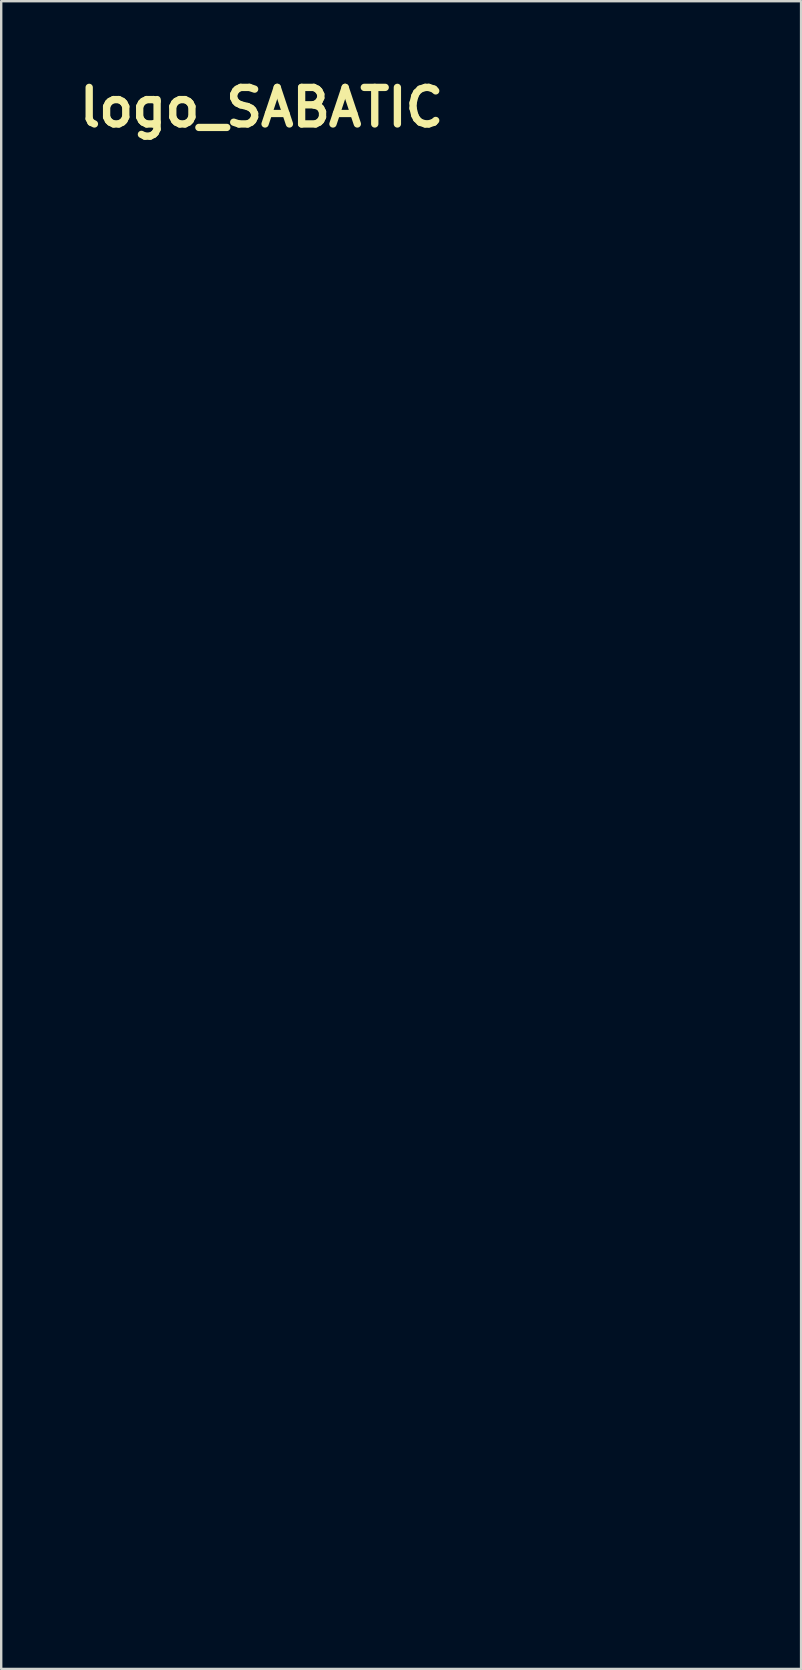
<source format=kicad_pcb>
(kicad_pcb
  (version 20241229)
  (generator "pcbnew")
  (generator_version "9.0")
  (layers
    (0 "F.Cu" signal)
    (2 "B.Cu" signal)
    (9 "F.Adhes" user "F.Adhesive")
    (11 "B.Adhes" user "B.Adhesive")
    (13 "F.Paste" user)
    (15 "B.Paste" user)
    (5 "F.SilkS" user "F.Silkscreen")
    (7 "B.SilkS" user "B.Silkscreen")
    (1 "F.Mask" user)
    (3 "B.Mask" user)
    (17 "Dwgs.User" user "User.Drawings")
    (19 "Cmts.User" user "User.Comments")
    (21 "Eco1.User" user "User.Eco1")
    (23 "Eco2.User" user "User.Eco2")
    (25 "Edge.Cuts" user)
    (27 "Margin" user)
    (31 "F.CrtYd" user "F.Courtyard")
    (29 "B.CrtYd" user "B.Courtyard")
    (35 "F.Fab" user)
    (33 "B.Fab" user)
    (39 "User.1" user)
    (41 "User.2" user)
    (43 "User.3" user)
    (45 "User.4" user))
  (footprint "logo_SABATIC"
    (layer "F.Cu")
    (at 7.852 33.992)
    (property "Reference" "logo_SABATIC" (at 0 -32.565 0) (layer "F.SilkS") (effects (font (size 1.524 1.524) (thickness 0.305))))
    (attr smd)
    (fp_poly (pts (xy 10.446 27.231) (xy 10.458 27.288) (xy 10.466 27.345) (xy 10.471 27.402) (xy 10.473 27.459) (xy 10.474 27.517) (xy 10.473 27.574) (xy 10.47 27.632) (xy 10.465 27.689) (xy 10.457 27.746) (xy 10.446 27.803) (xy 10.16 27.803) (xy 9.874 27.803) (xy 9.589 27.803) (xy 9.303 27.803) (xy 9.017 27.803) (xy 9.006 27.746) (xy 8.997 27.69) (xy 8.992 27.632) (xy 8.989 27.574) (xy 8.988 27.517) (xy 8.989 27.46) (xy 8.992 27.402) (xy 8.997 27.345) (xy 9.005 27.288) (xy 9.017 27.231) (xy 9.303 27.231) (xy 9.589 27.231) (xy 9.874 27.231) (xy 10.16 27.231) (xy 10.446 27.231) (xy 10.446 27.231)) (stroke (width 0) (type solid)) (fill yes) (layer "F.Mask"))
    (fp_poly (pts (xy 15.167 26.088) (xy 15.156 26.032) (xy 15.148 25.975) (xy 15.142 25.917) (xy 15.139 25.859) (xy 15.138 25.802) (xy 15.139 25.745) (xy 15.142 25.687) (xy 15.147 25.63) (xy 15.155 25.573) (xy 15.167 25.516) (xy 15.281 25.516) (xy 15.396 25.516) (xy 15.51 25.516) (xy 15.624 25.516) (xy 15.738 25.516) (xy 15.75 25.573) (xy 15.758 25.63) (xy 15.763 25.687) (xy 15.766 25.744) (xy 15.767 25.802) (xy 15.766 25.86) (xy 15.763 25.917) (xy 15.758 25.974) (xy 15.75 26.031) (xy 15.739 26.088) (xy 15.624 26.088) (xy 15.51 26.088) (xy 15.396 26.088) (xy 15.282 26.088) (xy 15.167 26.088) (xy 15.167 26.088)) (stroke (width 0) (type solid)) (fill yes) (layer "F.Mask"))
    (fp_poly (pts (xy 13.764 25.802) (xy 13.763 25.86) (xy 13.76 25.917) (xy 13.755 25.974) (xy 13.747 26.031) (xy 13.735 26.088) (xy 13.564 26.088) (xy 13.393 26.088) (xy 13.221 26.088) (xy 13.05 26.088) (xy 12.878 26.088) (xy 12.89 26.144) (xy 12.898 26.201) (xy 12.903 26.259) (xy 12.905 26.316) (xy 12.907 26.374) (xy 12.905 26.431) (xy 12.902 26.489) (xy 12.897 26.546) (xy 12.889 26.603) (xy 12.878 26.659) (xy 12.89 26.716) (xy 12.898 26.773) (xy 12.903 26.83) (xy 12.905 26.888) (xy 12.906 26.945) (xy 12.905 27.003) (xy 12.902 27.061) (xy 12.897 27.117) (xy 12.889 27.174) (xy 12.878 27.231) (xy 12.89 27.288) (xy 12.898 27.345) (xy 12.903 27.402) (xy 12.905 27.459) (xy 12.906 27.517) (xy 12.905 27.574) (xy 12.902 27.632) (xy 12.897 27.689) (xy 12.889 27.746) (xy 12.878 27.803) (xy 12.89 27.859) (xy 12.898 27.916) (xy 12.903 27.973) (xy 12.905 28.031) (xy 12.906 28.088) (xy 12.905 28.146) (xy 12.902 28.204) (xy 12.897 28.261) (xy 12.889 28.318) (xy 12.878 28.374) (xy 12.89 28.431) (xy 12.898 28.488) (xy 12.903 28.545) (xy 12.905 28.602) (xy 12.906 28.66) (xy 12.905 28.718) (xy 12.902 28.775) (xy 12.897 28.832) (xy 12.889 28.889) (xy 12.878 28.946) (xy 12.89 29.003) (xy 12.898 29.059) (xy 12.903 29.117) (xy 12.905 29.174) (xy 12.906 29.232) (xy 12.905 29.289) (xy 12.902 29.347) (xy 12.897 29.404) (xy 12.889 29.461) (xy 12.878 29.517) (xy 12.763 29.517) (xy 12.649 29.517) (xy 12.535 29.517) (xy 12.421 29.517) (xy 12.306 29.517) (xy 12.295 29.461) (xy 12.287 29.404) (xy 12.281 29.347) (xy 12.278 29.289) (xy 12.277 29.232) (xy 12.278 29.174) (xy 12.281 29.117) (xy 12.286 29.06) (xy 12.294 29.003) (xy 12.306 28.946) (xy 12.295 28.89) (xy 12.287 28.833) (xy 12.281 28.775) (xy 12.278 28.717) (xy 12.277 28.66) (xy 12.278 28.603) (xy 12.281 28.545) (xy 12.286 28.488) (xy 12.294 28.431) (xy 12.306 28.374) (xy 12.295 28.318) (xy 12.287 28.261) (xy 12.281 28.204) (xy 12.278 28.146) (xy 12.277 28.088) (xy 12.278 28.031) (xy 12.281 27.973) (xy 12.286 27.916) (xy 12.294 27.859) (xy 12.306 27.803) (xy 12.295 27.746) (xy 12.287 27.69) (xy 12.281 27.632) (xy 12.278 27.574) (xy 12.277 27.517) (xy 12.278 27.46) (xy 12.281 27.402) (xy 12.286 27.345) (xy 12.294 27.288) (xy 12.306 27.231) (xy 12.295 27.175) (xy 12.286 27.118) (xy 12.281 27.06) (xy 12.278 27.002) (xy 12.277 26.945) (xy 12.278 26.888) (xy 12.281 26.83) (xy 12.286 26.773) (xy 12.294 26.716) (xy 12.306 26.659) (xy 12.294 26.603) (xy 12.286 26.546) (xy 12.281 26.489) (xy 12.278 26.431) (xy 12.277 26.374) (xy 12.278 26.316) (xy 12.281 26.259) (xy 12.286 26.202) (xy 12.294 26.144) (xy 12.306 26.088) (xy 12.134 26.088) (xy 11.963 26.088) (xy 11.792 26.088) (xy 11.62 26.088) (xy 11.448 26.088) (xy 11.437 26.032) (xy 11.429 25.975) (xy 11.424 25.917) (xy 11.421 25.859) (xy 11.42 25.802) (xy 11.421 25.745) (xy 11.423 25.687) (xy 11.428 25.63) (xy 11.436 25.573) (xy 11.448 25.516) (xy 11.905 25.516) (xy 12.363 25.516) (xy 12.82 25.516) (xy 13.277 25.516) (xy 13.735 25.516) (xy 13.746 25.573) (xy 13.754 25.63) (xy 13.76 25.687) (xy 13.762 25.744) (xy 13.763 25.802) (xy 13.764 25.802)) (stroke (width 0) (type solid)) (fill yes) (layer "F.Mask"))
    (fp_poly (pts (xy 14.738 26.66) (xy 14.727 26.716) (xy 14.719 26.773) (xy 14.714 26.83) (xy 14.711 26.888) (xy 14.71 26.945) (xy 14.711 27.003) (xy 14.714 27.06) (xy 14.719 27.118) (xy 14.727 27.175) (xy 14.738 27.231) (xy 14.824 27.231) (xy 14.91 27.231) (xy 14.996 27.231) (xy 15.081 27.231) (xy 15.167 27.231) (xy 15.155 27.288) (xy 15.147 27.344) (xy 15.142 27.401) (xy 15.139 27.459) (xy 15.138 27.516) (xy 15.139 27.574) (xy 15.142 27.632) (xy 15.148 27.689) (xy 15.156 27.746) (xy 15.168 27.802) (xy 15.156 27.859) (xy 15.148 27.916) (xy 15.142 27.973) (xy 15.14 28.031) (xy 15.139 28.089) (xy 15.139 28.147) (xy 15.14 28.205) (xy 15.143 28.264) (xy 15.146 28.323) (xy 15.15 28.382) (xy 15.15 28.397) (xy 15.149 28.413) (xy 15.149 28.429) (xy 15.149 28.444) (xy 15.149 28.46) (xy 15.149 28.462) (xy 15.148 28.465) (xy 15.148 28.467) (xy 15.148 28.469) (xy 15.148 28.471) (xy 15.148 28.473) (xy 15.148 28.474) (xy 15.148 28.475) (xy 15.148 28.476) (xy 15.149 28.477) (xy 15.148 28.506) (xy 15.15 28.535) (xy 15.152 28.563) (xy 15.156 28.592) (xy 15.163 28.619) (xy 15.165 28.647) (xy 15.167 28.675) (xy 15.169 28.703) (xy 15.171 28.731) (xy 15.176 28.758) (xy 15.253 28.758) (xy 15.33 28.758) (xy 15.407 28.758) (xy 15.484 28.758) (xy 15.561 28.758) (xy 15.559 28.776) (xy 15.557 28.794) (xy 15.554 28.813) (xy 15.552 28.831) (xy 15.552 28.849) (xy 15.553 28.907) (xy 15.556 28.965) (xy 15.561 29.021) (xy 15.569 29.078) (xy 15.58 29.135) (xy 15.665 29.135) (xy 15.75 29.135) (xy 15.835 29.135) (xy 15.919 29.135) (xy 16.004 29.135) (xy 16.002 29.154) (xy 16 29.174) (xy 15.997 29.193) (xy 15.995 29.212) (xy 15.995 29.231) (xy 15.996 29.289) (xy 15.999 29.347) (xy 16.004 29.403) (xy 16.012 29.46) (xy 16.023 29.517) (xy 16.138 29.517) (xy 16.252 29.517) (xy 16.367 29.517) (xy 16.481 29.517) (xy 16.595 29.517) (xy 16.607 29.461) (xy 16.615 29.404) (xy 16.62 29.347) (xy 16.623 29.289) (xy 16.624 29.231) (xy 16.623 29.174) (xy 16.62 29.116) (xy 16.615 29.059) (xy 16.607 29.002) (xy 16.595 28.945) (xy 16.51 28.945) (xy 16.425 28.945) (xy 16.341 28.945) (xy 16.256 28.945) (xy 16.171 28.945) (xy 16.173 28.926) (xy 16.176 28.906) (xy 16.178 28.887) (xy 16.18 28.868) (xy 16.181 28.849) (xy 16.179 28.792) (xy 16.177 28.734) (xy 16.172 28.677) (xy 16.164 28.62) (xy 16.152 28.563) (xy 16.075 28.563) (xy 15.997 28.563) (xy 15.92 28.563) (xy 15.844 28.563) (xy 15.766 28.563) (xy 15.768 28.545) (xy 15.771 28.526) (xy 15.773 28.508) (xy 15.775 28.489) (xy 15.775 28.472) (xy 15.774 28.451) (xy 15.772 28.43) (xy 15.77 28.409) (xy 15.767 28.388) (xy 15.764 28.367) (xy 15.766 28.311) (xy 15.767 28.256) (xy 15.768 28.201) (xy 15.768 28.145) (xy 15.768 28.09) (xy 15.767 28.032) (xy 15.764 27.975) (xy 15.759 27.918) (xy 15.751 27.86) (xy 15.739 27.804) (xy 15.751 27.747) (xy 15.759 27.691) (xy 15.764 27.633) (xy 15.767 27.575) (xy 15.768 27.518) (xy 15.767 27.46) (xy 15.764 27.403) (xy 15.759 27.346) (xy 15.751 27.289) (xy 15.739 27.232) (xy 15.75 27.176) (xy 15.758 27.119) (xy 15.764 27.062) (xy 15.766 27.004) (xy 15.767 26.946) (xy 15.766 26.889) (xy 15.764 26.831) (xy 15.759 26.775) (xy 15.751 26.718) (xy 15.739 26.661) (xy 15.539 26.661) (xy 15.339 26.661) (xy 15.139 26.661) (xy 14.939 26.661) (xy 14.738 26.661) (xy 14.738 26.66)) (stroke (width 0) (type solid)) (fill yes) (layer "F.Mask"))
    (fp_poly (pts (xy -0.569 27.803) (xy -0.557 27.859) (xy -0.549 27.916) (xy -0.544 27.973) (xy -0.541 28.031) (xy -0.54 28.088) (xy -0.541 28.146) (xy -0.544 28.204) (xy -0.549 28.261) (xy -0.557 28.318) (xy -0.569 28.374) (xy -0.557 28.431) (xy -0.549 28.488) (xy -0.544 28.545) (xy -0.541 28.602) (xy -0.54 28.66) (xy -0.541 28.718) (xy -0.544 28.775) (xy -0.549 28.832) (xy -0.557 28.889) (xy -0.569 28.946) (xy -0.626 28.946) (xy -0.683 28.946) (xy -0.74 28.946) (xy -0.797 28.946) (xy -0.855 28.946) (xy -0.843 29.003) (xy -0.835 29.059) (xy -0.83 29.117) (xy -0.827 29.174) (xy -0.826 29.232) (xy -0.827 29.289) (xy -0.83 29.347) (xy -0.835 29.404) (xy -0.843 29.461) (xy -0.855 29.517) (xy -1.197 29.517) (xy -1.541 29.517) (xy -1.883 29.517) (xy -2.226 29.517) (xy -2.569 29.517) (xy -2.581 29.461) (xy -2.589 29.404) (xy -2.594 29.347) (xy -2.597 29.289) (xy -2.598 29.232) (xy -2.597 29.174) (xy -2.594 29.117) (xy -2.589 29.06) (xy -2.581 29.003) (xy -2.569 28.946) (xy -2.627 28.946) (xy -2.683 28.946) (xy -2.741 28.946) (xy -2.798 28.946) (xy -2.855 28.946) (xy -2.867 28.89) (xy -2.875 28.833) (xy -2.88 28.775) (xy -2.883 28.717) (xy -2.884 28.66) (xy -2.883 28.603) (xy -2.88 28.545) (xy -2.875 28.488) (xy -2.867 28.431) (xy -2.855 28.374) (xy -2.741 28.374) (xy -2.626 28.374) (xy -2.512 28.374) (xy -2.398 28.374) (xy -2.284 28.374) (xy -2.272 28.431) (xy -2.264 28.488) (xy -2.259 28.545) (xy -2.256 28.602) (xy -2.255 28.66) (xy -2.256 28.718) (xy -2.259 28.775) (xy -2.264 28.832) (xy -2.272 28.889) (xy -2.284 28.946) (xy -2.055 28.946) (xy -1.826 28.946) (xy -1.598 28.946) (xy -1.369 28.946) (xy -1.141 28.946) (xy -1.152 28.89) (xy -1.16 28.833) (xy -1.165 28.775) (xy -1.168 28.717) (xy -1.169 28.66) (xy -1.168 28.603) (xy -1.166 28.545) (xy -1.16 28.488) (xy -1.152 28.431) (xy -1.141 28.374) (xy -1.152 28.318) (xy -1.16 28.261) (xy -1.165 28.204) (xy -1.168 28.146) (xy -1.169 28.088) (xy -1.168 28.031) (xy -1.166 27.973) (xy -1.16 27.916) (xy -1.152 27.859) (xy -1.141 27.803) (xy -1.426 27.803) (xy -1.712 27.803) (xy -1.998 27.803) (xy -2.284 27.803) (xy -2.57 27.803) (xy -2.581 27.746) (xy -2.589 27.69) (xy -2.594 27.632) (xy -2.597 27.574) (xy -2.598 27.517) (xy -2.597 27.46) (xy -2.595 27.402) (xy -2.589 27.345) (xy -2.581 27.288) (xy -2.57 27.231) (xy -2.627 27.231) (xy -2.684 27.231) (xy -2.741 27.231) (xy -2.798 27.231) (xy -2.855 27.231) (xy -2.867 27.175) (xy -2.875 27.118) (xy -2.88 27.06) (xy -2.883 27.002) (xy -2.884 26.945) (xy -2.883 26.888) (xy -2.88 26.83) (xy -2.875 26.773) (xy -2.867 26.716) (xy -2.855 26.659) (xy -2.867 26.603) (xy -2.875 26.546) (xy -2.88 26.489) (xy -2.883 26.431) (xy -2.884 26.374) (xy -2.883 26.316) (xy -2.88 26.259) (xy -2.875 26.202) (xy -2.867 26.144) (xy -2.856 26.088) (xy -2.798 26.088) (xy -2.742 26.088) (xy -2.684 26.088) (xy -2.627 26.088) (xy -2.57 26.088) (xy -2.581 26.032) (xy -2.589 25.975) (xy -2.594 25.917) (xy -2.597 25.859) (xy -2.598 25.802) (xy -2.597 25.745) (xy -2.595 25.687) (xy -2.59 25.63) (xy -2.582 25.573) (xy -2.57 25.516) (xy -2.227 25.516) (xy -1.884 25.516) (xy -1.541 25.516) (xy -1.198 25.516) (xy -0.855 25.516) (xy -0.843 25.573) (xy -0.835 25.63) (xy -0.83 25.687) (xy -0.827 25.744) (xy -0.826 25.802) (xy -0.827 25.86) (xy -0.83 25.917) (xy -0.836 25.974) (xy -0.844 26.031) (xy -0.855 26.088) (xy -0.798 26.088) (xy -0.741 26.088) (xy -0.683 26.088) (xy -0.626 26.088) (xy -0.569 26.088) (xy -0.557 26.144) (xy -0.549 26.201) (xy -0.544 26.259) (xy -0.541 26.316) (xy -0.541 26.374) (xy -0.542 26.431) (xy -0.544 26.489) (xy -0.55 26.546) (xy -0.558 26.603) (xy -0.569 26.659) (xy -0.683 26.659) (xy -0.798 26.659) (xy -0.912 26.659) (xy -1.026 26.659) (xy -1.141 26.659) (xy -1.152 26.603) (xy -1.16 26.546) (xy -1.165 26.489) (xy -1.168 26.431) (xy -1.169 26.374) (xy -1.168 26.316) (xy -1.166 26.259) (xy -1.161 26.202) (xy -1.153 26.144) (xy -1.141 26.088) (xy -1.369 26.088) (xy -1.598 26.088) (xy -1.826 26.088) (xy -2.055 26.088) (xy -2.284 26.088) (xy -2.272 26.144) (xy -2.264 26.201) (xy -2.259 26.259) (xy -2.256 26.316) (xy -2.255 26.374) (xy -2.256 26.431) (xy -2.259 26.489) (xy -2.265 26.546) (xy -2.273 26.603) (xy -2.284 26.659) (xy -2.272 26.716) (xy -2.264 26.773) (xy -2.259 26.83) (xy -2.256 26.888) (xy -2.255 26.945) (xy -2.256 27.003) (xy -2.259 27.061) (xy -2.265 27.117) (xy -2.273 27.174) (xy -2.284 27.231) (xy -1.998 27.231) (xy -1.712 27.231) (xy -1.427 27.231) (xy -1.141 27.231) (xy -0.855 27.231) (xy -0.843 27.288) (xy -0.835 27.345) (xy -0.83 27.402) (xy -0.827 27.459) (xy -0.826 27.517) (xy -0.827 27.574) (xy -0.83 27.632) (xy -0.836 27.689) (xy -0.844 27.746) (xy -0.855 27.803) (xy -0.798 27.803) (xy -0.741 27.803) (xy -0.683 27.803) (xy -0.626 27.803) (xy -0.569 27.803) (xy -0.569 27.803)) (stroke (width 0) (type solid)) (fill yes) (layer "F.Mask"))
    (fp_poly (pts (xy 19.457 28.374) (xy 19.469 28.431) (xy 19.477 28.488) (xy 19.482 28.545) (xy 19.485 28.602) (xy 19.486 28.66) (xy 19.485 28.718) (xy 19.481 28.775) (xy 19.476 28.832) (xy 19.468 28.889) (xy 19.457 28.946) (xy 19.399 28.946) (xy 19.343 28.946) (xy 19.285 28.946) (xy 19.228 28.946) (xy 19.171 28.946) (xy 19.183 29.003) (xy 19.191 29.059) (xy 19.196 29.117) (xy 19.198 29.174) (xy 19.199 29.232) (xy 19.198 29.289) (xy 19.195 29.347) (xy 19.19 29.404) (xy 19.182 29.461) (xy 19.17 29.517) (xy 18.885 29.517) (xy 18.599 29.517) (xy 18.313 29.517) (xy 18.027 29.517) (xy 17.741 29.517) (xy 17.73 29.461) (xy 17.722 29.404) (xy 17.717 29.347) (xy 17.713 29.289) (xy 17.712 29.232) (xy 17.713 29.174) (xy 17.716 29.117) (xy 17.721 29.06) (xy 17.729 29.003) (xy 17.741 28.946) (xy 17.684 28.946) (xy 17.627 28.946) (xy 17.569 28.946) (xy 17.512 28.946) (xy 17.455 28.946) (xy 17.444 28.89) (xy 17.436 28.833) (xy 17.431 28.775) (xy 17.427 28.717) (xy 17.426 28.66) (xy 17.427 28.603) (xy 17.43 28.545) (xy 17.435 28.488) (xy 17.443 28.431) (xy 17.455 28.374) (xy 17.398 28.374) (xy 17.341 28.374) (xy 17.283 28.374) (xy 17.226 28.374) (xy 17.169 28.374) (xy 17.158 28.318) (xy 17.15 28.261) (xy 17.144 28.204) (xy 17.141 28.146) (xy 17.14 28.088) (xy 17.141 28.031) (xy 17.144 27.973) (xy 17.149 27.916) (xy 17.157 27.859) (xy 17.169 27.803) (xy 17.157 27.746) (xy 17.149 27.69) (xy 17.144 27.632) (xy 17.141 27.574) (xy 17.14 27.517) (xy 17.141 27.46) (xy 17.143 27.402) (xy 17.148 27.345) (xy 17.156 27.288) (xy 17.168 27.231) (xy 17.157 27.175) (xy 17.149 27.118) (xy 17.144 27.06) (xy 17.14 27.002) (xy 17.139 26.945) (xy 17.14 26.888) (xy 17.143 26.83) (xy 17.148 26.773) (xy 17.156 26.716) (xy 17.168 26.659) (xy 17.225 26.659) (xy 17.282 26.659) (xy 17.339 26.659) (xy 17.396 26.659) (xy 17.454 26.659) (xy 17.442 26.603) (xy 17.434 26.546) (xy 17.429 26.489) (xy 17.426 26.431) (xy 17.425 26.374) (xy 17.426 26.316) (xy 17.428 26.259) (xy 17.433 26.202) (xy 17.442 26.144) (xy 17.453 26.088) (xy 17.51 26.088) (xy 17.567 26.088) (xy 17.625 26.088) (xy 17.682 26.088) (xy 17.739 26.088) (xy 17.728 26.032) (xy 17.72 25.975) (xy 17.714 25.917) (xy 17.711 25.859) (xy 17.71 25.802) (xy 17.711 25.745) (xy 17.714 25.687) (xy 17.719 25.63) (xy 17.727 25.573) (xy 17.739 25.516) (xy 18.025 25.516) (xy 18.31 25.516) (xy 18.596 25.516) (xy 18.882 25.516) (xy 19.168 25.516) (xy 19.18 25.573) (xy 19.188 25.63) (xy 19.193 25.687) (xy 19.195 25.744) (xy 19.196 25.802) (xy 19.195 25.86) (xy 19.192 25.917) (xy 19.187 25.974) (xy 19.179 26.031) (xy 19.167 26.088) (xy 19.225 26.088) (xy 19.281 26.088) (xy 19.339 26.088) (xy 19.396 26.088) (xy 19.453 26.088) (xy 19.465 26.144) (xy 19.473 26.201) (xy 19.478 26.259) (xy 19.481 26.316) (xy 19.482 26.374) (xy 19.481 26.431) (xy 19.477 26.489) (xy 19.472 26.546) (xy 19.464 26.603) (xy 19.453 26.659) (xy 19.338 26.659) (xy 19.224 26.659) (xy 19.11 26.659) (xy 18.996 26.659) (xy 18.881 26.659) (xy 18.87 26.603) (xy 18.862 26.546) (xy 18.856 26.489) (xy 18.853 26.431) (xy 18.852 26.374) (xy 18.853 26.316) (xy 18.856 26.259) (xy 18.861 26.202) (xy 18.869 26.144) (xy 18.881 26.088) (xy 18.709 26.088) (xy 18.538 26.088) (xy 18.367 26.088) (xy 18.195 26.088) (xy 18.023 26.088) (xy 18.035 26.144) (xy 18.043 26.201) (xy 18.048 26.259) (xy 18.051 26.316) (xy 18.052 26.374) (xy 18.051 26.431) (xy 18.048 26.489) (xy 18.042 26.546) (xy 18.034 26.603) (xy 18.023 26.659) (xy 17.966 26.659) (xy 17.909 26.659) (xy 17.851 26.659) (xy 17.794 26.659) (xy 17.737 26.659) (xy 17.749 26.716) (xy 17.757 26.773) (xy 17.762 26.83) (xy 17.765 26.888) (xy 17.766 26.945) (xy 17.765 27.003) (xy 17.762 27.061) (xy 17.756 27.117) (xy 17.748 27.174) (xy 17.737 27.231) (xy 17.749 27.288) (xy 17.757 27.345) (xy 17.762 27.402) (xy 17.764 27.459) (xy 17.765 27.517) (xy 17.764 27.574) (xy 17.761 27.632) (xy 17.756 27.689) (xy 17.748 27.746) (xy 17.736 27.803) (xy 17.748 27.859) (xy 17.756 27.916) (xy 17.761 27.973) (xy 17.764 28.031) (xy 17.765 28.088) (xy 17.764 28.146) (xy 17.761 28.204) (xy 17.755 28.261) (xy 17.747 28.318) (xy 17.736 28.374) (xy 17.793 28.374) (xy 17.85 28.374) (xy 17.908 28.374) (xy 17.965 28.374) (xy 18.022 28.374) (xy 18.034 28.431) (xy 18.042 28.488) (xy 18.047 28.545) (xy 18.049 28.602) (xy 18.05 28.66) (xy 18.049 28.718) (xy 18.046 28.775) (xy 18.041 28.832) (xy 18.033 28.889) (xy 18.021 28.946) (xy 18.193 28.946) (xy 18.364 28.946) (xy 18.535 28.946) (xy 18.707 28.946) (xy 18.879 28.946) (xy 18.867 28.89) (xy 18.859 28.833) (xy 18.854 28.775) (xy 18.851 28.717) (xy 18.85 28.66) (xy 18.851 28.603) (xy 18.853 28.545) (xy 18.859 28.488) (xy 18.867 28.431) (xy 18.878 28.374) (xy 18.993 28.374) (xy 19.107 28.374) (xy 19.222 28.374) (xy 19.336 28.374) (xy 19.45 28.374) (xy 19.457 28.374)) (stroke (width 0) (type solid)) (fill yes) (layer "F.Mask"))
    (fp_poly (pts (xy 5.181 26.945) (xy 4.581 27.231) (xy 4.57 27.175) (xy 4.562 27.118) (xy 4.556 27.06) (xy 4.553 27.002) (xy 4.553 26.945) (xy 4.553 26.888) (xy 4.556 26.83) (xy 4.561 26.773) (xy 4.569 26.716) (xy 4.581 26.659) (xy 4.57 26.603) (xy 4.562 26.546) (xy 4.556 26.489) (xy 4.553 26.431) (xy 4.553 26.374) (xy 4.553 26.316) (xy 4.556 26.259) (xy 4.561 26.202) (xy 4.569 26.144) (xy 4.581 26.088) (xy 4.352 26.088) (xy 4.124 26.088) (xy 3.895 26.088) (xy 3.666 26.088) (xy 3.438 26.088) (xy 3.45 26.144) (xy 3.458 26.201) (xy 3.463 26.259) (xy 3.466 26.316) (xy 3.466 26.374) (xy 3.465 26.431) (xy 3.463 26.489) (xy 3.457 26.546) (xy 3.449 26.603) (xy 3.438 26.659) (xy 3.45 26.716) (xy 3.458 26.773) (xy 3.463 26.83) (xy 3.466 26.888) (xy 3.466 26.945) (xy 3.465 27.003) (xy 3.463 27.061) (xy 3.457 27.117) (xy 3.449 27.174) (xy 3.438 27.231) (xy 3.666 27.231) (xy 3.895 27.231) (xy 4.124 27.231) (xy 4.352 27.231) (xy 4.581 27.231) (xy 4.581 27.231) (xy 5.181 26.945) (xy 4.124 27.803) (xy 3.895 27.803) (xy 3.666 27.803) (xy 3.438 27.803) (xy 3.45 27.859) (xy 3.458 27.916) (xy 3.463 27.973) (xy 3.465 28.031) (xy 3.466 28.088) (xy 3.465 28.146) (xy 3.462 28.204) (xy 3.457 28.261) (xy 3.449 28.318) (xy 3.438 28.374) (xy 3.45 28.431) (xy 3.458 28.488) (xy 3.463 28.545) (xy 3.465 28.602) (xy 3.466 28.66) (xy 3.465 28.718) (xy 3.462 28.775) (xy 3.457 28.832) (xy 3.449 28.889) (xy 3.438 28.946) (xy 3.666 28.946) (xy 3.895 28.946) (xy 4.124 28.946) (xy 4.352 28.946) (xy 4.581 28.946) (xy 4.57 28.89) (xy 4.562 28.833) (xy 4.556 28.775) (xy 4.553 28.717) (xy 4.552 28.66) (xy 4.553 28.603) (xy 4.556 28.545) (xy 4.561 28.488) (xy 4.569 28.431) (xy 4.581 28.374) (xy 4.581 28.374) (xy 4.57 28.318) (xy 4.562 28.261) (xy 4.556 28.204) (xy 4.553 28.146) (xy 4.552 28.088) (xy 4.553 28.031) (xy 4.556 27.973) (xy 4.561 27.916) (xy 4.569 27.859) (xy 4.581 27.803) (xy 4.352 27.803) (xy 4.124 27.803) (xy 5.181 26.945) (xy 5.181 27.003) (xy 5.178 27.061) (xy 5.172 27.117) (xy 5.164 27.174) (xy 5.153 27.231) (xy 5.096 27.231) (xy 5.039 27.231) (xy 4.981 27.231) (xy 4.924 27.231) (xy 4.867 27.231) (xy 4.879 27.288) (xy 4.887 27.345) (xy 4.892 27.402) (xy 4.895 27.459) (xy 4.896 27.517) (xy 4.895 27.574) (xy 4.892 27.632) (xy 4.887 27.689) (xy 4.878 27.746) (xy 4.867 27.803) (xy 4.924 27.803) (xy 4.981 27.803) (xy 5.039 27.803) (xy 5.096 27.803) (xy 5.153 27.803) (xy 5.165 27.859) (xy 5.173 27.916) (xy 5.178 27.973) (xy 5.181 28.031) (xy 5.181 28.088) (xy 5.181 28.146) (xy 5.178 28.204) (xy 5.172 28.261) (xy 5.164 28.318) (xy 5.153 28.374) (xy 5.165 28.431) (xy 5.173 28.488) (xy 5.178 28.545) (xy 5.181 28.602) (xy 5.181 28.66) (xy 5.181 28.718) (xy 5.178 28.775) (xy 5.172 28.832) (xy 5.164 28.889) (xy 5.153 28.946) (xy 5.096 28.946) (xy 5.039 28.946) (xy 4.981 28.946) (xy 4.924 28.946) (xy 4.867 28.946) (xy 4.879 29.003) (xy 4.887 29.059) (xy 4.892 29.117) (xy 4.895 29.174) (xy 4.896 29.232) (xy 4.895 29.289) (xy 4.892 29.347) (xy 4.887 29.404) (xy 4.878 29.461) (xy 4.867 29.517) (xy 4.467 29.517) (xy 4.067 29.517) (xy 3.667 29.517) (xy 3.267 29.517) (xy 2.867 29.517) (xy 2.855 29.461) (xy 2.847 29.404) (xy 2.842 29.347) (xy 2.839 29.289) (xy 2.838 29.232) (xy 2.839 29.174) (xy 2.842 29.117) (xy 2.847 29.06) (xy 2.855 29.003) (xy 2.867 28.946) (xy 2.855 28.89) (xy 2.847 28.833) (xy 2.842 28.775) (xy 2.839 28.717) (xy 2.838 28.66) (xy 2.839 28.603) (xy 2.842 28.545) (xy 2.847 28.488) (xy 2.855 28.431) (xy 2.867 28.374) (xy 2.855 28.318) (xy 2.847 28.261) (xy 2.842 28.204) (xy 2.839 28.146) (xy 2.838 28.088) (xy 2.839 28.031) (xy 2.842 27.973) (xy 2.847 27.916) (xy 2.855 27.859) (xy 2.867 27.803) (xy 2.855 27.746) (xy 2.847 27.69) (xy 2.842 27.632) (xy 2.839 27.574) (xy 2.838 27.517) (xy 2.839 27.46) (xy 2.842 27.402) (xy 2.847 27.345) (xy 2.855 27.288) (xy 2.866 27.231) (xy 2.855 27.175) (xy 2.847 27.118) (xy 2.842 27.06) (xy 2.839 27.002) (xy 2.838 26.945) (xy 2.839 26.888) (xy 2.842 26.83) (xy 2.847 26.773) (xy 2.855 26.716) (xy 2.866 26.659) (xy 2.855 26.603) (xy 2.847 26.546) (xy 2.842 26.489) (xy 2.839 26.431) (xy 2.838 26.374) (xy 2.839 26.316) (xy 2.841 26.259) (xy 2.847 26.202) (xy 2.855 26.144) (xy 2.866 26.088) (xy 2.855 26.032) (xy 2.847 25.975) (xy 2.842 25.917) (xy 2.839 25.859) (xy 2.838 25.802) (xy 2.839 25.745) (xy 2.841 25.687) (xy 2.847 25.63) (xy 2.855 25.573) (xy 2.866 25.516) (xy 3.266 25.516) (xy 3.667 25.516) (xy 4.066 25.516) (xy 4.467 25.516) (xy 4.867 25.516) (xy 4.879 25.573) (xy 4.887 25.63) (xy 4.892 25.687) (xy 4.895 25.744) (xy 4.896 25.802) (xy 4.895 25.86) (xy 4.892 25.917) (xy 4.886 25.974) (xy 4.878 26.031) (xy 4.867 26.088) (xy 4.924 26.088) (xy 4.981 26.088) (xy 5.039 26.088) (xy 5.096 26.088) (xy 5.153 26.088) (xy 5.165 26.144) (xy 5.173 26.201) (xy 5.178 26.259) (xy 5.18 26.316) (xy 5.181 26.374) (xy 5.18 26.431) (xy 5.177 26.489) (xy 5.172 26.546) (xy 5.164 26.603) (xy 5.153 26.659) (xy 5.165 26.716) (xy 5.173 26.773) (xy 5.178 26.83) (xy 5.18 26.888) (xy 5.181 26.945) (xy 5.181 26.945)) (stroke (width 0) (type solid)) (fill yes) (layer "F.Mask"))
    (fp_poly (pts (xy 2.321 28.66) (xy 2.32 28.718) (xy 1.506 27.803) (xy 1.495 27.746) (xy 1.487 27.69) (xy 1.481 27.632) (xy 1.478 27.574) (xy 1.477 27.517) (xy 1.478 27.46) (xy 1.481 27.402) (xy 1.486 27.345) (xy 1.494 27.288) (xy 1.506 27.231) (xy 1.477 27.231) (xy 1.449 27.231) (xy 1.42 27.231) (xy 1.392 27.231) (xy 1.363 27.231) (xy 1.352 27.175) (xy 1.344 27.118) (xy 1.338 27.06) (xy 1.335 27.002) (xy 1.334 26.945) (xy 1.335 26.888) (xy 1.338 26.83) (xy 1.343 26.773) (xy 1.351 26.716) (xy 1.363 26.659) (xy 1.277 26.659) (xy 1.191 26.659) (xy 1.106 26.659) (xy 1.02 26.659) (xy 0.934 26.659) (xy 0.946 26.716) (xy 0.954 26.773) (xy 0.959 26.83) (xy 0.962 26.888) (xy 0.963 26.945) (xy 0.962 27.003) (xy 0.959 27.061) (xy 0.954 27.117) (xy 0.946 27.174) (xy 0.934 27.231) (xy 0.905 27.231) (xy 0.877 27.231) (xy 0.849 27.231) (xy 0.82 27.231) (xy 0.791 27.231) (xy 0.803 27.288) (xy 0.811 27.345) (xy 0.816 27.402) (xy 0.819 27.459) (xy 0.82 27.517) (xy 0.819 27.574) (xy 0.816 27.632) (xy 0.811 27.689) (xy 0.803 27.746) (xy 0.791 27.803) (xy 0.934 27.803) (xy 1.077 27.803) (xy 1.22 27.803) (xy 1.363 27.803) (xy 1.506 27.803) (xy 1.506 27.803) (xy 2.32 28.718) (xy 2.317 28.775) (xy 2.312 28.832) (xy 2.303 28.889) (xy 2.292 28.946) (xy 2.304 29.003) (xy 2.312 29.059) (xy 2.317 29.117) (xy 2.32 29.174) (xy 2.321 29.232) (xy 2.32 29.289) (xy 2.317 29.347) (xy 2.311 29.404) (xy 2.303 29.461) (xy 2.292 29.517) (xy 2.178 29.517) (xy 2.063 29.517) (xy 1.949 29.517) (xy 1.835 29.517) (xy 1.72 29.517) (xy 1.709 29.461) (xy 1.701 29.404) (xy 1.696 29.347) (xy 1.693 29.289) (xy 1.692 29.232) (xy 1.693 29.174) (xy 1.696 29.117) (xy 1.701 29.06) (xy 1.709 29.003) (xy 1.72 28.946) (xy 1.709 28.89) (xy 1.701 28.833) (xy 1.696 28.775) (xy 1.693 28.717) (xy 1.692 28.66) (xy 1.693 28.603) (xy 1.695 28.545) (xy 1.701 28.488) (xy 1.709 28.431) (xy 1.72 28.374) (xy 1.492 28.374) (xy 1.263 28.374) (xy 1.035 28.374) (xy 0.806 28.374) (xy 0.577 28.374) (xy 0.589 28.431) (xy 0.597 28.488) (xy 0.602 28.545) (xy 0.605 28.602) (xy 0.606 28.66) (xy 0.605 28.718) (xy 0.602 28.775) (xy 0.597 28.832) (xy 0.589 28.889) (xy 0.577 28.946) (xy 0.589 29.003) (xy 0.597 29.059) (xy 0.602 29.117) (xy 0.605 29.174) (xy 0.606 29.232) (xy 0.605 29.289) (xy 0.602 29.347) (xy 0.597 29.404) (xy 0.589 29.461) (xy 0.577 29.517) (xy 0.463 29.517) (xy 0.348 29.517) (xy 0.234 29.517) (xy 0.12 29.517) (xy 0.006 29.517) (xy -0.006 29.461) (xy -0.014 29.404) (xy -0.019 29.347) (xy -0.022 29.289) (xy -0.023 29.232) (xy -0.022 29.174) (xy -0.019 29.117) (xy -0.014 29.06) (xy -0.006 29.003) (xy 0.006 28.946) (xy -0.006 28.89) (xy -0.014 28.833) (xy -0.019 28.775) (xy -0.022 28.717) (xy -0.023 28.66) (xy -0.022 28.603) (xy -0.019 28.545) (xy -0.014 28.488) (xy -0.006 28.431) (xy 0.006 28.374) (xy 0.049 28.374) (xy 0.091 28.374) (xy 0.134 28.374) (xy 0.177 28.374) (xy 0.22 28.374) (xy 0.209 28.318) (xy 0.201 28.261) (xy 0.195 28.204) (xy 0.192 28.146) (xy 0.191 28.088) (xy 0.192 28.031) (xy 0.195 27.973) (xy 0.2 27.916) (xy 0.208 27.859) (xy 0.22 27.803) (xy 0.209 27.746) (xy 0.201 27.69) (xy 0.195 27.632) (xy 0.192 27.574) (xy 0.191 27.517) (xy 0.192 27.46) (xy 0.195 27.402) (xy 0.2 27.345) (xy 0.208 27.288) (xy 0.22 27.231) (xy 0.249 27.231) (xy 0.277 27.231) (xy 0.306 27.231) (xy 0.334 27.231) (xy 0.363 27.231) (xy 0.352 27.175) (xy 0.344 27.118) (xy 0.338 27.06) (xy 0.335 27.002) (xy 0.334 26.945) (xy 0.335 26.888) (xy 0.338 26.83) (xy 0.343 26.773) (xy 0.351 26.716) (xy 0.363 26.659) (xy 0.406 26.659) (xy 0.448 26.659) (xy 0.491 26.659) (xy 0.534 26.659) (xy 0.577 26.659) (xy 0.566 26.603) (xy 0.558 26.546) (xy 0.552 26.489) (xy 0.55 26.431) (xy 0.549 26.374) (xy 0.549 26.316) (xy 0.552 26.259) (xy 0.557 26.202) (xy 0.565 26.144) (xy 0.577 26.088) (xy 0.606 26.088) (xy 0.634 26.088) (xy 0.663 26.088) (xy 0.691 26.088) (xy 0.72 26.088) (xy 0.709 26.032) (xy 0.701 25.975) (xy 0.695 25.917) (xy 0.692 25.859) (xy 0.691 25.802) (xy 0.692 25.745) (xy 0.695 25.687) (xy 0.7 25.63) (xy 0.708 25.573) (xy 0.72 25.516) (xy 0.892 25.516) (xy 1.063 25.516) (xy 1.234 25.516) (xy 1.405 25.516) (xy 1.577 25.516) (xy 1.589 25.573) (xy 1.597 25.63) (xy 1.602 25.687) (xy 1.605 25.744) (xy 1.606 25.802) (xy 1.605 25.86) (xy 1.602 25.917) (xy 1.597 25.974) (xy 1.589 26.031) (xy 1.577 26.088) (xy 1.606 26.088) (xy 1.635 26.088) (xy 1.663 26.088) (xy 1.692 26.088) (xy 1.72 26.088) (xy 1.732 26.144) (xy 1.74 26.201) (xy 1.745 26.259) (xy 1.748 26.316) (xy 1.749 26.374) (xy 1.748 26.431) (xy 1.745 26.489) (xy 1.74 26.546) (xy 1.732 26.603) (xy 1.72 26.659) (xy 1.763 26.659) (xy 1.806 26.659) (xy 1.848 26.659) (xy 1.891 26.659) (xy 1.935 26.659) (xy 1.947 26.716) (xy 1.955 26.773) (xy 1.96 26.83) (xy 1.962 26.888) (xy 1.963 26.945) (xy 1.962 27.003) (xy 1.959 27.061) (xy 1.954 27.117) (xy 1.946 27.174) (xy 1.935 27.231) (xy 1.964 27.231) (xy 1.992 27.231) (xy 2.02 27.231) (xy 2.049 27.231) (xy 2.078 27.231) (xy 2.089 27.288) (xy 2.097 27.345) (xy 2.103 27.402) (xy 2.105 27.459) (xy 2.106 27.517) (xy 2.105 27.574) (xy 2.102 27.632) (xy 2.097 27.689) (xy 2.089 27.746) (xy 2.078 27.803) (xy 2.089 27.859) (xy 2.097 27.916) (xy 2.102 27.973) (xy 2.105 28.031) (xy 2.106 28.088) (xy 2.105 28.146) (xy 2.102 28.204) (xy 2.097 28.261) (xy 2.089 28.318) (xy 2.078 28.374) (xy 2.12 28.374) (xy 2.163 28.374) (xy 2.206 28.374) (xy 2.249 28.374) (xy 2.292 28.374) (xy 2.304 28.431) (xy 2.312 28.488) (xy 2.317 28.545) (xy 2.32 28.602) (xy 2.32 28.66) (xy 2.321 28.66)) (stroke (width 0) (type solid)) (fill yes) (layer "F.Mask"))
    (fp_poly (pts (xy 8.042 28.66) (xy 8.042 28.718) (xy 7.228 27.803) (xy 7.216 27.746) (xy 7.208 27.69) (xy 7.203 27.632) (xy 7.2 27.574) (xy 7.199 27.517) (xy 7.2 27.46) (xy 7.203 27.402) (xy 7.208 27.345) (xy 7.216 27.288) (xy 7.228 27.231) (xy 7.199 27.231) (xy 7.17 27.231) (xy 7.142 27.231) (xy 7.113 27.231) (xy 7.085 27.231) (xy 7.073 27.175) (xy 7.065 27.118) (xy 7.06 27.06) (xy 7.057 27.002) (xy 7.056 26.945) (xy 7.057 26.888) (xy 7.06 26.83) (xy 7.065 26.773) (xy 7.073 26.716) (xy 7.085 26.659) (xy 6.999 26.659) (xy 6.913 26.659) (xy 6.827 26.659) (xy 6.742 26.659) (xy 6.656 26.659) (xy 6.668 26.716) (xy 6.676 26.773) (xy 6.681 26.83) (xy 6.684 26.888) (xy 6.685 26.945) (xy 6.684 27.003) (xy 6.681 27.061) (xy 6.675 27.117) (xy 6.667 27.174) (xy 6.656 27.231) (xy 6.627 27.231) (xy 6.599 27.231) (xy 6.57 27.231) (xy 6.542 27.231) (xy 6.513 27.231) (xy 6.525 27.288) (xy 6.533 27.345) (xy 6.538 27.402) (xy 6.541 27.459) (xy 6.542 27.517) (xy 6.541 27.574) (xy 6.538 27.632) (xy 6.532 27.689) (xy 6.524 27.746) (xy 6.513 27.803) (xy 6.656 27.803) (xy 6.799 27.803) (xy 6.942 27.803) (xy 7.084 27.803) (xy 7.227 27.803) (xy 7.228 27.803) (xy 8.042 28.718) (xy 8.039 28.775) (xy 8.033 28.832) (xy 8.025 28.889) (xy 8.014 28.946) (xy 8.026 29.003) (xy 8.034 29.059) (xy 8.039 29.117) (xy 8.042 29.174) (xy 8.042 29.232) (xy 8.042 29.289) (xy 8.039 29.347) (xy 8.033 29.404) (xy 8.025 29.461) (xy 8.014 29.517) (xy 7.9 29.517) (xy 7.785 29.517) (xy 7.671 29.517) (xy 7.557 29.517) (xy 7.442 29.517) (xy 7.431 29.461) (xy 7.423 29.404) (xy 7.418 29.347) (xy 7.415 29.289) (xy 7.414 29.232) (xy 7.415 29.174) (xy 7.417 29.117) (xy 7.422 29.06) (xy 7.431 29.003) (xy 7.442 28.946) (xy 7.431 28.89) (xy 7.423 28.833) (xy 7.418 28.775) (xy 7.415 28.717) (xy 7.414 28.66) (xy 7.415 28.603) (xy 7.417 28.545) (xy 7.423 28.488) (xy 7.431 28.431) (xy 7.442 28.374) (xy 7.214 28.374) (xy 6.985 28.374) (xy 6.757 28.374) (xy 6.528 28.374) (xy 6.299 28.374) (xy 6.311 28.431) (xy 6.319 28.488) (xy 6.324 28.545) (xy 6.327 28.602) (xy 6.328 28.66) (xy 6.327 28.718) (xy 6.324 28.775) (xy 6.319 28.832) (xy 6.311 28.889) (xy 6.299 28.946) (xy 6.311 29.003) (xy 6.319 29.059) (xy 6.324 29.117) (xy 6.327 29.174) (xy 6.328 29.232) (xy 6.327 29.289) (xy 6.324 29.347) (xy 6.319 29.404) (xy 6.31 29.461) (xy 6.299 29.517) (xy 6.185 29.517) (xy 6.07 29.517) (xy 5.956 29.517) (xy 5.842 29.517) (xy 5.727 29.517) (xy 5.716 29.461) (xy 5.708 29.404) (xy 5.703 29.347) (xy 5.7 29.289) (xy 5.699 29.232) (xy 5.7 29.174) (xy 5.702 29.117) (xy 5.707 29.06) (xy 5.715 29.003) (xy 5.727 28.946) (xy 5.716 28.89) (xy 5.708 28.833) (xy 5.703 28.775) (xy 5.7 28.717) (xy 5.699 28.66) (xy 5.7 28.603) (xy 5.702 28.545) (xy 5.707 28.488) (xy 5.715 28.431) (xy 5.727 28.374) (xy 5.77 28.374) (xy 5.813 28.374) (xy 5.855 28.374) (xy 5.898 28.374) (xy 5.942 28.374) (xy 5.93 28.318) (xy 5.922 28.261) (xy 5.917 28.204) (xy 5.914 28.146) (xy 5.913 28.088) (xy 5.914 28.031) (xy 5.917 27.973) (xy 5.922 27.916) (xy 5.93 27.859) (xy 5.942 27.803) (xy 5.93 27.746) (xy 5.922 27.69) (xy 5.917 27.632) (xy 5.914 27.574) (xy 5.913 27.517) (xy 5.914 27.46) (xy 5.917 27.402) (xy 5.922 27.345) (xy 5.93 27.288) (xy 5.942 27.231) (xy 5.97 27.231) (xy 5.999 27.231) (xy 6.027 27.231) (xy 6.056 27.231) (xy 6.084 27.231) (xy 6.073 27.175) (xy 6.065 27.118) (xy 6.06 27.06) (xy 6.057 27.002) (xy 6.056 26.945) (xy 6.057 26.888) (xy 6.059 26.83) (xy 6.065 26.773) (xy 6.073 26.716) (xy 6.084 26.659) (xy 6.127 26.659) (xy 6.17 26.659) (xy 6.212 26.659) (xy 6.255 26.659) (xy 6.299 26.659) (xy 6.287 26.603) (xy 6.279 26.546) (xy 6.274 26.489) (xy 6.271 26.431) (xy 6.27 26.374) (xy 6.271 26.316) (xy 6.274 26.259) (xy 6.279 26.202) (xy 6.287 26.144) (xy 6.299 26.088) (xy 6.328 26.088) (xy 6.356 26.088) (xy 6.384 26.088) (xy 6.413 26.088) (xy 6.442 26.088) (xy 6.43 26.032) (xy 6.422 25.975) (xy 6.417 25.917) (xy 6.414 25.859) (xy 6.413 25.802) (xy 6.414 25.745) (xy 6.417 25.687) (xy 6.422 25.63) (xy 6.43 25.573) (xy 6.442 25.516) (xy 6.613 25.516) (xy 6.784 25.516) (xy 6.956 25.516) (xy 7.127 25.516) (xy 7.299 25.516) (xy 7.311 25.573) (xy 7.319 25.63) (xy 7.324 25.687) (xy 7.327 25.744) (xy 7.327 25.802) (xy 7.327 25.86) (xy 7.324 25.917) (xy 7.318 25.974) (xy 7.31 26.031) (xy 7.299 26.088) (xy 7.328 26.088) (xy 7.356 26.088) (xy 7.385 26.088) (xy 7.413 26.088) (xy 7.442 26.088) (xy 7.454 26.144) (xy 7.462 26.201) (xy 7.467 26.259) (xy 7.47 26.316) (xy 7.47 26.374) (xy 7.47 26.431) (xy 7.467 26.489) (xy 7.461 26.546) (xy 7.453 26.603) (xy 7.442 26.659) (xy 7.485 26.659) (xy 7.527 26.659) (xy 7.57 26.659) (xy 7.613 26.659) (xy 7.656 26.659) (xy 7.668 26.716) (xy 7.676 26.773) (xy 7.681 26.83) (xy 7.684 26.888) (xy 7.685 26.945) (xy 7.684 27.003) (xy 7.681 27.061) (xy 7.676 27.117) (xy 7.668 27.174) (xy 7.656 27.231) (xy 7.685 27.231) (xy 7.714 27.231) (xy 7.742 27.231) (xy 7.77 27.231) (xy 7.799 27.231) (xy 7.811 27.288) (xy 7.819 27.345) (xy 7.824 27.402) (xy 7.827 27.459) (xy 7.828 27.517) (xy 7.827 27.574) (xy 7.824 27.632) (xy 7.819 27.689) (xy 7.811 27.746) (xy 7.799 27.803) (xy 7.811 27.859) (xy 7.819 27.916) (xy 7.824 27.973) (xy 7.827 28.031) (xy 7.828 28.088) (xy 7.827 28.146) (xy 7.824 28.204) (xy 7.819 28.261) (xy 7.811 28.318) (xy 7.799 28.374) (xy 7.842 28.374) (xy 7.885 28.374) (xy 7.927 28.374) (xy 7.97 28.374) (xy 8.014 28.374) (xy 8.025 28.431) (xy 8.033 28.488) (xy 8.039 28.545) (xy 8.041 28.602) (xy 8.042 28.66) (xy 8.042 28.66)) (stroke (width 0) (type solid)) (fill yes) (layer "F.Mask")))
  (gr_rect
    (start -3 -3)
    (end 30.338 66.509)
    (stroke (width 0.1) (type default))
    (fill no)
    (layer "Edge.Cuts")))
</source>
